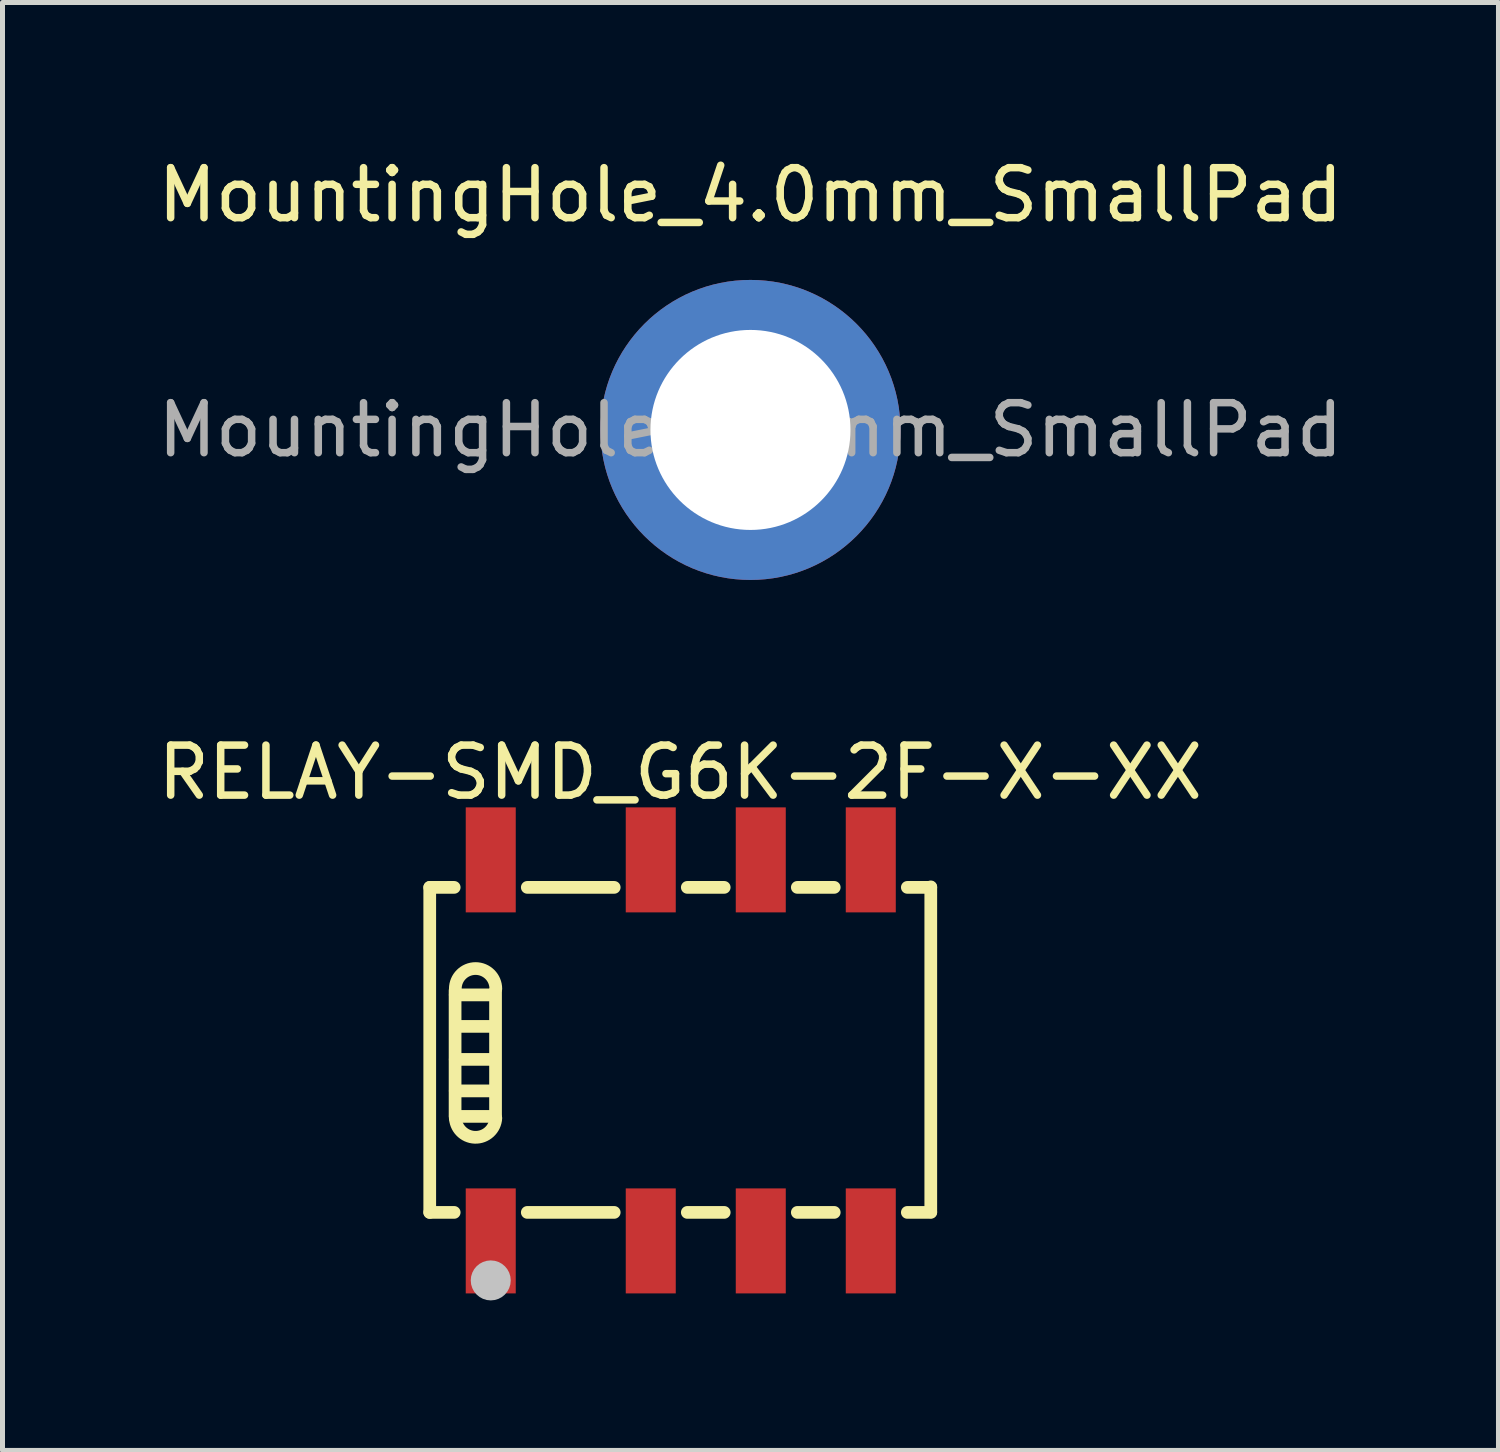
<source format=kicad_pcb>
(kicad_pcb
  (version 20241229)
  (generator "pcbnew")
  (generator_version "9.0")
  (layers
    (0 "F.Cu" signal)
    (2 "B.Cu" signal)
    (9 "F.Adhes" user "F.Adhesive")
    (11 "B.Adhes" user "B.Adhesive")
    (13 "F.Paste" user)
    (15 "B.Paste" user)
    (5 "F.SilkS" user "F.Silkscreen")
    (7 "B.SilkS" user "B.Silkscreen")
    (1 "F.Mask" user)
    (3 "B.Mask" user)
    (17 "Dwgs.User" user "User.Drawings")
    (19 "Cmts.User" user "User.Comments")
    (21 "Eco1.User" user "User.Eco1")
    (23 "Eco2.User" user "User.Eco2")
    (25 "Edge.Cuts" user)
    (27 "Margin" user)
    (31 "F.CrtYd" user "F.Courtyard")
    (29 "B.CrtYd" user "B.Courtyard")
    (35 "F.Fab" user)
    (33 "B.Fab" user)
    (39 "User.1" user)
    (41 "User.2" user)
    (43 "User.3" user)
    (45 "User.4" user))
  (footprint "RELAY-SMD_G6K-2F-X-XX"
    (layer "F.Cu")
    (at 10.564 17.956)
    (property "Reference" "RELAY-SMD_G6K-2F-X-XX" (at -0.01 -5.56 0) (layer "F.SilkS") (effects (font (size 1 1) (thickness 0.15))))
    (fp_line (start -5.02 -3.26) (end -5.02 3.24) (stroke (width 0.254) (type default)) (layer "F.SilkS"))
    (fp_line (start -5.02 -3.26) (end -4.531 -3.26) (stroke (width 0.254) (type default)) (layer "F.SilkS"))
    (fp_line (start -5.02 3.24) (end -4.531 3.24) (stroke (width 0.254) (type default)) (layer "F.SilkS"))
    (fp_line (start -4.513 -1.196) (end -4.513 1.294) (stroke (width 0.254) (type default)) (layer "F.SilkS"))
    (fp_line (start -4.51 -1.11) (end -3.76 -1.11) (stroke (width 0.254) (type default)) (layer "F.SilkS"))
    (fp_line (start -4.51 0.18) (end -3.73 0.18) (stroke (width 0.254) (type default)) (layer "F.SilkS"))
    (fp_line (start -4.51 0.81) (end -3.73 0.81) (stroke (width 0.254) (type default)) (layer "F.SilkS"))
    (fp_line (start -4.51 1.32) (end -3.76 1.32) (stroke (width 0.254) (type default)) (layer "F.SilkS"))
    (fp_line (start -4.51 1.35) (end -4.51 1.32) (stroke (width 0.254) (type default)) (layer "F.SilkS"))
    (fp_line (start -4.48 -0.48) (end -3.73 -0.48) (stroke (width 0.254) (type default)) (layer "F.SilkS"))
    (fp_line (start -3.76 -1.11) (end -3.73 -1.14) (stroke (width 0.254) (type default)) (layer "F.SilkS"))
    (fp_line (start -3.76 1.32) (end -3.73 1.32) (stroke (width 0.254) (type default)) (layer "F.SilkS"))
    (fp_line (start -3.704 1.355) (end -3.704 -1.196) (stroke (width 0.254) (type default)) (layer "F.SilkS"))
    (fp_line (start -3.069 -3.26) (end -1.331 -3.26) (stroke (width 0.254) (type default)) (layer "F.SilkS"))
    (fp_line (start -3.069 3.24) (end -1.331 3.24) (stroke (width 0.254) (type default)) (layer "F.SilkS"))
    (fp_line (start 0.131 -3.26) (end 0.869 -3.26) (stroke (width 0.254) (type default)) (layer "F.SilkS"))
    (fp_line (start 0.131 3.24) (end 0.869 3.24) (stroke (width 0.254) (type default)) (layer "F.SilkS"))
    (fp_line (start 2.331 -3.26) (end 3.069 -3.26) (stroke (width 0.254) (type default)) (layer "F.SilkS"))
    (fp_line (start 2.331 3.24) (end 3.069 3.24) (stroke (width 0.254) (type default)) (layer "F.SilkS"))
    (fp_line (start 4.531 -3.26) (end 5 -3.26) (stroke (width 0.254) (type default)) (layer "F.SilkS"))
    (fp_line (start 4.531 3.24) (end 5 3.24) (stroke (width 0.254) (type default)) (layer "F.SilkS"))
    (fp_line (start 5 -3.27) (end 5 3.23) (stroke (width 0.254) (type default)) (layer "F.SilkS"))
    (fp_arc (start -4.5085 -1.232) (mid -4.1035 -1.637) (end -3.6985 -1.232) (stroke (width 0.254) (type default)) (layer "F.SilkS"))
    (fp_arc (start -3.6985 1.354) (mid -4.117504 1.741636) (end -4.5085 1.326) (stroke (width 0.254) (type default)) (layer "F.SilkS"))
    (fp_circle (center -3.8 4.6) (end -3.6 4.6) (stroke (width 0.4) (type default)) (fill no) (layer "Dwgs.User"))
    (fp_poly (pts (xy -4.05 3.9) (xy -4.05 3.05) (xy -3.55 3.05) (xy -3.55 3.9)) (stroke (width 0.1) (type default)) (fill no) (layer "User.1"))
    (fp_poly (pts (xy -3.55 -3.9) (xy -3.55 -3.05) (xy -4.05 -3.05) (xy -4.05 -3.9)) (stroke (width 0.1) (type default)) (fill no) (layer "User.1"))
    (fp_poly (pts (xy -0.85 3.9) (xy -0.85 3.05) (xy -0.35 3.05) (xy -0.35 3.9)) (stroke (width 0.1) (type default)) (fill no) (layer "User.1"))
    (fp_poly (pts (xy -0.35 -3.9) (xy -0.35 -3.05) (xy -0.85 -3.05) (xy -0.85 -3.9)) (stroke (width 0.1) (type default)) (fill no) (layer "User.1"))
    (fp_poly (pts (xy 1.35 3.9) (xy 1.35 3.05) (xy 1.85 3.05) (xy 1.85 3.9)) (stroke (width 0.1) (type default)) (fill no) (layer "User.1"))
    (fp_poly (pts (xy 1.85 -3.9) (xy 1.85 -3.05) (xy 1.35 -3.05) (xy 1.35 -3.9)) (stroke (width 0.1) (type default)) (fill no) (layer "User.1"))
    (fp_poly (pts (xy 3.55 3.9) (xy 3.55 3.05) (xy 4.05 3.05) (xy 4.05 3.9)) (stroke (width 0.1) (type default)) (fill no) (layer "User.1"))
    (fp_poly (pts (xy 4.05 -3.9) (xy 4.05 -3.05) (xy 3.55 -3.05) (xy 3.55 -3.9)) (stroke (width 0.1) (type default)) (fill no) (layer "User.1"))
    (fp_line (start -5 -3.25) (end 5 -3.25) (stroke (width 0.051) (type default)) (layer "User.2"))
    (fp_line (start -5 3.25) (end -5 -3.25) (stroke (width 0.051) (type default)) (layer "User.2"))
    (fp_line (start 5 -3.25) (end 5 3.25) (stroke (width 0.051) (type default)) (layer "User.2"))
    (fp_line (start 5 3.25) (end -5 3.25) (stroke (width 0.051) (type default)) (layer "User.2"))
    (fp_poly (pts (xy -4.902 3.23) (xy -4.917 3.194) (xy -4.944 3.167) (xy -4.98 3.152) (xy -5.02 3.152) (xy -5.056 3.167) (xy -5.083 3.194) (xy -5.098 3.23) (xy -5.098 3.27) (xy -5.083 3.306) (xy -5.056 3.333) (xy -5.02 3.348) (xy -4.98 3.348) (xy -4.944 3.333) (xy -4.917 3.306) (xy -4.902 3.27)) (stroke (width 0.1) (type default)) (fill no) (layer "User.3"))
    (pad "1" smd rect (at -3.8 3.81 90) (size 2.1 1) (layers "F.Cu" "F.Mask" "F.Paste"))
    (pad "2" smd rect (at -0.6 3.81 90) (size 2.1 1) (layers "F.Cu" "F.Mask" "F.Paste"))
    (pad "3" smd rect (at 1.6 3.81 90) (size 2.1 1) (layers "F.Cu" "F.Mask" "F.Paste"))
    (pad "4" smd rect (at 3.8 3.81 90) (size 2.1 1) (layers "F.Cu" "F.Mask" "F.Paste"))
    (pad "5" smd rect (at 3.8 -3.81 90) (size 2.1 1) (layers "F.Cu" "F.Mask" "F.Paste"))
    (pad "6" smd rect (at 1.6 -3.81 90) (size 2.1 1) (layers "F.Cu" "F.Mask" "F.Paste"))
    (pad "7" smd rect (at -0.6 -3.81 90) (size 2.1 1) (layers "F.Cu" "F.Mask" "F.Paste"))
    (pad "8" smd rect (at -3.8 -3.81 90) (size 2.1 1) (layers "F.Cu" "F.Mask" "F.Paste")))
  (footprint "MountingHole_4.0mm_SmallPad"
    (layer "F.Cu")
    (at 11.958 5.548)
    (property "Reference" "MountingHole_4.0mm_SmallPad" (at 0 -4.7 0) (layer "F.SilkS") (effects (font (size 1 1) (thickness 0.15))))
    (attr exclude_from_pos_files exclude_from_bom)
    (fp_text user "${REFERENCE}" (at 0 0 0) (layer "F.Fab") (effects (font (size 1 1) (thickness 0.15))))
    (pad "1" thru_hole circle (at 0 0) (size 6 6) (drill 4) (layers "*.Cu" "*.Mask")))
  (gr_rect
    (start -3 -3)
    (end 26.917 25.956)
    (stroke (width 0.1) (type default))
    (fill no)
    (layer "Edge.Cuts")))
</source>
